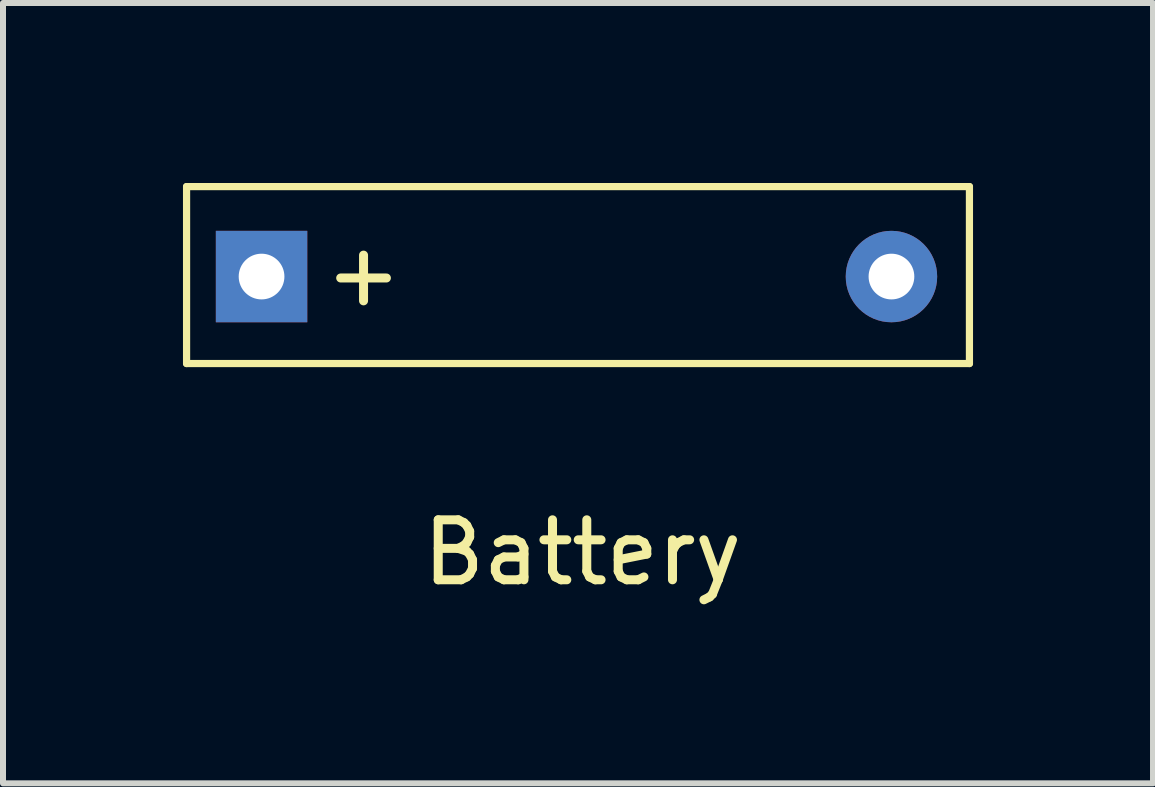
<source format=kicad_pcb>
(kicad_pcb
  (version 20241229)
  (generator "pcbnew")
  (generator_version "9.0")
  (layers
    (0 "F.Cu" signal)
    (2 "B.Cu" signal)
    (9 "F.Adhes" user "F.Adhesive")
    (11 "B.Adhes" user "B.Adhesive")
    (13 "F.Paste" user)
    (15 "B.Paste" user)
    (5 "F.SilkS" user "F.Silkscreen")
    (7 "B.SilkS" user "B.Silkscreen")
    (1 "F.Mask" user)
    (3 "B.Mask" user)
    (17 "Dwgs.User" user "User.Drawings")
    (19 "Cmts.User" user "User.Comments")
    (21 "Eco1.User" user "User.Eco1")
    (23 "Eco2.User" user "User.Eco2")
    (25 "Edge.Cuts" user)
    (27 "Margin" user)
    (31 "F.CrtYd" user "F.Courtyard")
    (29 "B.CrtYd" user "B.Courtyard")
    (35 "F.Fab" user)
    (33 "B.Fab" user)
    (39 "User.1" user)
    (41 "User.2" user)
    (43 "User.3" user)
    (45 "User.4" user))
  (footprint "Battery"
    (layer "F.Cu")
    (at 6.56 1.56)
    (property "Reference" "Battery" (at 0.1 4.6 0) (layer "F.SilkS") (effects (font (size 1 1) (thickness 0.15))))
    (attr through_hole)
    (fp_line (start -6.5 -1.5) (end 6.55 -1.5) (stroke (width 0.12) (type solid)) (layer "F.SilkS"))
    (fp_line (start -6.5 1.45) (end -6.5 -1.5) (stroke (width 0.12) (type solid)) (layer "F.SilkS"))
    (fp_line (start -6.5 1.45) (end 6.55 1.45) (stroke (width 0.12) (type solid)) (layer "F.SilkS"))
    (fp_line (start 6.55 -1.5) (end 6.55 -1.45) (stroke (width 0.12) (type solid)) (layer "F.SilkS"))
    (fp_line (start 6.55 1.45) (end 6.55 -1.45) (stroke (width 0.12) (type solid)) (layer "F.SilkS"))
    (fp_text user "+" (at -3.55 -0.05 0) (layer "F.SilkS") (effects (font (size 1 1) (thickness 0.15))))
    (pad "1" thru_hole rect (at -5.25 0) (size 1.524 1.524) (drill 0.762) (layers "*.Cu" "*.Mask"))
    (pad "2" thru_hole circle (at 5.25 0) (size 1.524 1.524) (drill 0.762) (layers "*.Cu" "*.Mask")))
  (gr_rect
    (start -3 -3)
    (end 16.17 10.008)
    (stroke (width 0.1) (type default))
    (fill no)
    (layer "Edge.Cuts")))
</source>
